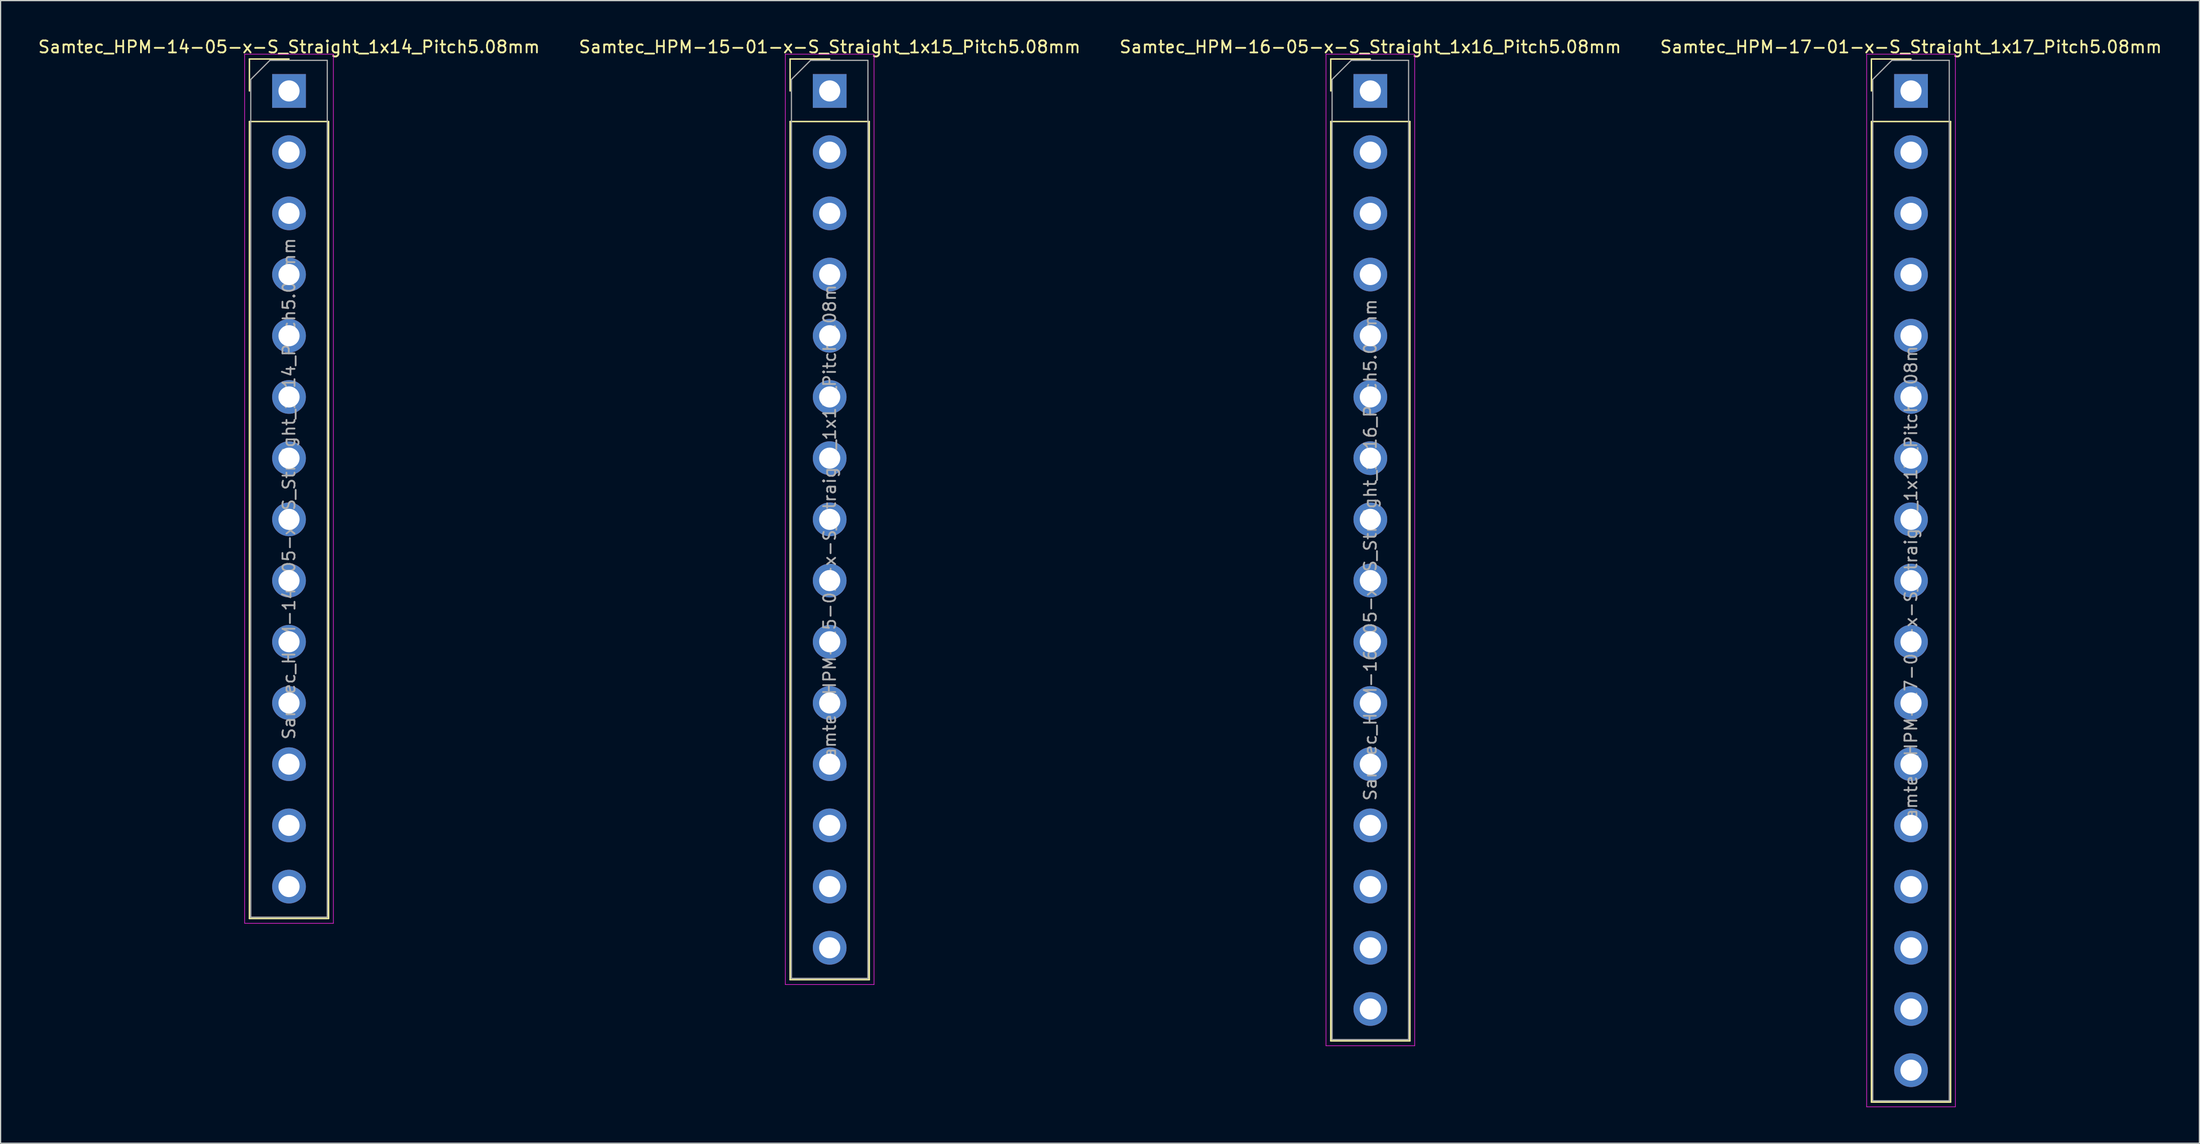
<source format=kicad_pcb>
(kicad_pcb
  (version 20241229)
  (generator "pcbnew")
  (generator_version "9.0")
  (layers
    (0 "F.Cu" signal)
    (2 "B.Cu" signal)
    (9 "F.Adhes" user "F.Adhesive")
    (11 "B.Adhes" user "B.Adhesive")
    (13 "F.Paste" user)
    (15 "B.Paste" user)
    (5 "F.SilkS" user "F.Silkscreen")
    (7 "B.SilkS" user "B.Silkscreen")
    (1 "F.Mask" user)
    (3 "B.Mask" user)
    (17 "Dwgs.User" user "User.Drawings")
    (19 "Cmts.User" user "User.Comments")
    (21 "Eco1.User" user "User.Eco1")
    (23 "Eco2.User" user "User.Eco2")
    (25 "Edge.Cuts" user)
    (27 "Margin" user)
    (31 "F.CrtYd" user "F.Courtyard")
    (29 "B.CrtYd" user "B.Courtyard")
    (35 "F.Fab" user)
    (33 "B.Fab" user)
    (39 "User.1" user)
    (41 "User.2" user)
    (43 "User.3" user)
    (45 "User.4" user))
  (footprint "Samtec_HPM-15-01-x-S_Straight_1x15_Pitch5.08mm"
    (layer "F.Cu")
    (at 65.804 4.498)
    (property "Reference" "Samtec_HPM-15-01-x-S_Straight_1x15_Pitch5.08mm" (at 0 -3.65 0) (layer "F.SilkS") (effects (font (size 1 1) (thickness 0.15))))
    (attr through_hole)
    (fp_line (start -3.285 -2.65) (end 0 -2.65) (stroke (width 0.12) (type solid)) (layer "F.SilkS"))
    (fp_line (start -3.285 0) (end -3.285 -2.65) (stroke (width 0.12) (type solid)) (layer "F.SilkS"))
    (fp_line (start -3.285 2.54) (end -3.285 73.77) (stroke (width 0.12) (type solid)) (layer "F.SilkS"))
    (fp_line (start -3.285 2.54) (end 3.285 2.54) (stroke (width 0.12) (type solid)) (layer "F.SilkS"))
    (fp_line (start -3.285 73.77) (end 3.285 73.77) (stroke (width 0.12) (type solid)) (layer "F.SilkS"))
    (fp_line (start 3.285 2.54) (end 3.285 73.77) (stroke (width 0.12) (type solid)) (layer "F.SilkS"))
    (fp_line (start -3.68 -3.05) (end -3.68 74.17) (stroke (width 0.05) (type solid)) (layer "F.CrtYd"))
    (fp_line (start -3.68 74.17) (end 3.68 74.17) (stroke (width 0.05) (type solid)) (layer "F.CrtYd"))
    (fp_line (start 3.68 -3.05) (end -3.68 -3.05) (stroke (width 0.05) (type solid)) (layer "F.CrtYd"))
    (fp_line (start 3.68 74.17) (end 3.68 -3.05) (stroke (width 0.05) (type solid)) (layer "F.CrtYd"))
    (fp_line (start -3.175 -0.953) (end -1.587 -2.54) (stroke (width 0.1) (type solid)) (layer "F.Fab"))
    (fp_line (start -3.175 73.66) (end -3.175 -0.953) (stroke (width 0.1) (type solid)) (layer "F.Fab"))
    (fp_line (start -1.587 -2.54) (end 3.175 -2.54) (stroke (width 0.1) (type solid)) (layer "F.Fab"))
    (fp_line (start 3.175 -2.54) (end 3.175 73.66) (stroke (width 0.1) (type solid)) (layer "F.Fab"))
    (fp_line (start 3.175 73.66) (end -3.175 73.66) (stroke (width 0.1) (type solid)) (layer "F.Fab"))
    (fp_text user "${REFERENCE}" (at 0 35.56 90) (layer "F.Fab") (effects (font (size 1 1) (thickness 0.15))))
    (pad "1" thru_hole rect (at 0 0) (size 2.8 2.8) (drill 1.75) (layers "*.Cu" "*.Mask"))
    (pad "2" thru_hole circle (at 0 5.08) (size 2.8 2.8) (drill 1.75) (layers "*.Cu" "*.Mask"))
    (pad "3" thru_hole circle (at 0 10.16) (size 2.8 2.8) (drill 1.75) (layers "*.Cu" "*.Mask"))
    (pad "4" thru_hole circle (at 0 15.24) (size 2.8 2.8) (drill 1.75) (layers "*.Cu" "*.Mask"))
    (pad "5" thru_hole circle (at 0 20.32) (size 2.8 2.8) (drill 1.75) (layers "*.Cu" "*.Mask"))
    (pad "6" thru_hole circle (at 0 25.4) (size 2.8 2.8) (drill 1.75) (layers "*.Cu" "*.Mask"))
    (pad "7" thru_hole circle (at 0 30.48) (size 2.8 2.8) (drill 1.75) (layers "*.Cu" "*.Mask"))
    (pad "8" thru_hole circle (at 0 35.56) (size 2.8 2.8) (drill 1.75) (layers "*.Cu" "*.Mask"))
    (pad "9" thru_hole circle (at 0 40.64) (size 2.8 2.8) (drill 1.75) (layers "*.Cu" "*.Mask"))
    (pad "10" thru_hole circle (at 0 45.72) (size 2.8 2.8) (drill 1.75) (layers "*.Cu" "*.Mask"))
    (pad "11" thru_hole circle (at 0 50.8) (size 2.8 2.8) (drill 1.75) (layers "*.Cu" "*.Mask"))
    (pad "12" thru_hole circle (at 0 55.88) (size 2.8 2.8) (drill 1.75) (layers "*.Cu" "*.Mask"))
    (pad "13" thru_hole circle (at 0 60.96) (size 2.8 2.8) (drill 1.75) (layers "*.Cu" "*.Mask"))
    (pad "14" thru_hole circle (at 0 66.04) (size 2.8 2.8) (drill 1.75) (layers "*.Cu" "*.Mask"))
    (pad "15" thru_hole circle (at 0 71.12) (size 2.8 2.8) (drill 1.75) (layers "*.Cu" "*.Mask")))
  (footprint "Samtec_HPM-14-05-x-S_Straight_1x14_Pitch5.08mm"
    (layer "F.Cu")
    (at 20.935 4.498)
    (property "Reference" "Samtec_HPM-14-05-x-S_Straight_1x14_Pitch5.08mm" (at 0 -3.65 0) (layer "F.SilkS") (effects (font (size 1 1) (thickness 0.15))))
    (attr through_hole)
    (fp_line (start -3.285 -2.65) (end 0 -2.65) (stroke (width 0.12) (type solid)) (layer "F.SilkS"))
    (fp_line (start -3.285 0) (end -3.285 -2.65) (stroke (width 0.12) (type solid)) (layer "F.SilkS"))
    (fp_line (start -3.285 2.54) (end -3.285 68.69) (stroke (width 0.12) (type solid)) (layer "F.SilkS"))
    (fp_line (start -3.285 2.54) (end 3.285 2.54) (stroke (width 0.12) (type solid)) (layer "F.SilkS"))
    (fp_line (start -3.285 68.69) (end 3.285 68.69) (stroke (width 0.12) (type solid)) (layer "F.SilkS"))
    (fp_line (start 3.285 2.54) (end 3.285 68.69) (stroke (width 0.12) (type solid)) (layer "F.SilkS"))
    (fp_line (start -3.68 -3.05) (end -3.68 69.09) (stroke (width 0.05) (type solid)) (layer "F.CrtYd"))
    (fp_line (start -3.68 69.09) (end 3.68 69.09) (stroke (width 0.05) (type solid)) (layer "F.CrtYd"))
    (fp_line (start 3.68 -3.05) (end -3.68 -3.05) (stroke (width 0.05) (type solid)) (layer "F.CrtYd"))
    (fp_line (start 3.68 69.09) (end 3.68 -3.05) (stroke (width 0.05) (type solid)) (layer "F.CrtYd"))
    (fp_line (start -3.175 -0.953) (end -1.587 -2.54) (stroke (width 0.1) (type solid)) (layer "F.Fab"))
    (fp_line (start -3.175 68.58) (end -3.175 -0.953) (stroke (width 0.1) (type solid)) (layer "F.Fab"))
    (fp_line (start -1.587 -2.54) (end 3.175 -2.54) (stroke (width 0.1) (type solid)) (layer "F.Fab"))
    (fp_line (start 3.175 -2.54) (end 3.175 68.58) (stroke (width 0.1) (type solid)) (layer "F.Fab"))
    (fp_line (start 3.175 68.58) (end -3.175 68.58) (stroke (width 0.1) (type solid)) (layer "F.Fab"))
    (fp_text user "${REFERENCE}" (at 0 33.02 90) (layer "F.Fab") (effects (font (size 1 1) (thickness 0.15))))
    (pad "1" thru_hole rect (at 0 0) (size 2.8 2.8) (drill 1.75) (layers "*.Cu" "*.Mask"))
    (pad "2" thru_hole circle (at 0 5.08) (size 2.8 2.8) (drill 1.75) (layers "*.Cu" "*.Mask"))
    (pad "3" thru_hole circle (at 0 10.16) (size 2.8 2.8) (drill 1.75) (layers "*.Cu" "*.Mask"))
    (pad "4" thru_hole circle (at 0 15.24) (size 2.8 2.8) (drill 1.75) (layers "*.Cu" "*.Mask"))
    (pad "5" thru_hole circle (at 0 20.32) (size 2.8 2.8) (drill 1.75) (layers "*.Cu" "*.Mask"))
    (pad "6" thru_hole circle (at 0 25.4) (size 2.8 2.8) (drill 1.75) (layers "*.Cu" "*.Mask"))
    (pad "7" thru_hole circle (at 0 30.48) (size 2.8 2.8) (drill 1.75) (layers "*.Cu" "*.Mask"))
    (pad "8" thru_hole circle (at 0 35.56) (size 2.8 2.8) (drill 1.75) (layers "*.Cu" "*.Mask"))
    (pad "9" thru_hole circle (at 0 40.64) (size 2.8 2.8) (drill 1.75) (layers "*.Cu" "*.Mask"))
    (pad "10" thru_hole circle (at 0 45.72) (size 2.8 2.8) (drill 1.75) (layers "*.Cu" "*.Mask"))
    (pad "11" thru_hole circle (at 0 50.8) (size 2.8 2.8) (drill 1.75) (layers "*.Cu" "*.Mask"))
    (pad "12" thru_hole circle (at 0 55.88) (size 2.8 2.8) (drill 1.75) (layers "*.Cu" "*.Mask"))
    (pad "13" thru_hole circle (at 0 60.96) (size 2.8 2.8) (drill 1.75) (layers "*.Cu" "*.Mask"))
    (pad "14" thru_hole circle (at 0 66.04) (size 2.8 2.8) (drill 1.75) (layers "*.Cu" "*.Mask")))
  (footprint "Samtec_HPM-17-01-x-S_Straight_1x17_Pitch5.08mm"
    (layer "F.Cu")
    (at 155.542 4.498)
    (property "Reference" "Samtec_HPM-17-01-x-S_Straight_1x17_Pitch5.08mm" (at 0 -3.65 0) (layer "F.SilkS") (effects (font (size 1 1) (thickness 0.15))))
    (attr through_hole)
    (fp_line (start -3.285 -2.65) (end 0 -2.65) (stroke (width 0.12) (type solid)) (layer "F.SilkS"))
    (fp_line (start -3.285 0) (end -3.285 -2.65) (stroke (width 0.12) (type solid)) (layer "F.SilkS"))
    (fp_line (start -3.285 2.54) (end -3.285 83.93) (stroke (width 0.12) (type solid)) (layer "F.SilkS"))
    (fp_line (start -3.285 2.54) (end 3.285 2.54) (stroke (width 0.12) (type solid)) (layer "F.SilkS"))
    (fp_line (start -3.285 83.93) (end 3.285 83.93) (stroke (width 0.12) (type solid)) (layer "F.SilkS"))
    (fp_line (start 3.285 2.54) (end 3.285 83.93) (stroke (width 0.12) (type solid)) (layer "F.SilkS"))
    (fp_line (start -3.68 -3.05) (end -3.68 84.32) (stroke (width 0.05) (type solid)) (layer "F.CrtYd"))
    (fp_line (start -3.68 84.32) (end 3.68 84.32) (stroke (width 0.05) (type solid)) (layer "F.CrtYd"))
    (fp_line (start 3.68 -3.05) (end -3.68 -3.05) (stroke (width 0.05) (type solid)) (layer "F.CrtYd"))
    (fp_line (start 3.68 84.32) (end 3.68 -3.05) (stroke (width 0.05) (type solid)) (layer "F.CrtYd"))
    (fp_line (start -3.175 -0.953) (end -1.587 -2.54) (stroke (width 0.1) (type solid)) (layer "F.Fab"))
    (fp_line (start -3.175 83.82) (end -3.175 -0.953) (stroke (width 0.1) (type solid)) (layer "F.Fab"))
    (fp_line (start -1.587 -2.54) (end 3.175 -2.54) (stroke (width 0.1) (type solid)) (layer "F.Fab"))
    (fp_line (start 3.175 -2.54) (end 3.175 83.82) (stroke (width 0.1) (type solid)) (layer "F.Fab"))
    (fp_line (start 3.175 83.82) (end -3.175 83.82) (stroke (width 0.1) (type solid)) (layer "F.Fab"))
    (fp_text user "${REFERENCE}" (at 0 40.64 90) (layer "F.Fab") (effects (font (size 1 1) (thickness 0.15))))
    (pad "1" thru_hole rect (at 0 0) (size 2.8 2.8) (drill 1.75) (layers "*.Cu" "*.Mask"))
    (pad "2" thru_hole circle (at 0 5.08) (size 2.8 2.8) (drill 1.75) (layers "*.Cu" "*.Mask"))
    (pad "3" thru_hole circle (at 0 10.16) (size 2.8 2.8) (drill 1.75) (layers "*.Cu" "*.Mask"))
    (pad "4" thru_hole circle (at 0 15.24) (size 2.8 2.8) (drill 1.75) (layers "*.Cu" "*.Mask"))
    (pad "5" thru_hole circle (at 0 20.32) (size 2.8 2.8) (drill 1.75) (layers "*.Cu" "*.Mask"))
    (pad "6" thru_hole circle (at 0 25.4) (size 2.8 2.8) (drill 1.75) (layers "*.Cu" "*.Mask"))
    (pad "7" thru_hole circle (at 0 30.48) (size 2.8 2.8) (drill 1.75) (layers "*.Cu" "*.Mask"))
    (pad "8" thru_hole circle (at 0 35.56) (size 2.8 2.8) (drill 1.75) (layers "*.Cu" "*.Mask"))
    (pad "9" thru_hole circle (at 0 40.64) (size 2.8 2.8) (drill 1.75) (layers "*.Cu" "*.Mask"))
    (pad "10" thru_hole circle (at 0 45.72) (size 2.8 2.8) (drill 1.75) (layers "*.Cu" "*.Mask"))
    (pad "11" thru_hole circle (at 0 50.8) (size 2.8 2.8) (drill 1.75) (layers "*.Cu" "*.Mask"))
    (pad "12" thru_hole circle (at 0 55.88) (size 2.8 2.8) (drill 1.75) (layers "*.Cu" "*.Mask"))
    (pad "13" thru_hole circle (at 0 60.96) (size 2.8 2.8) (drill 1.75) (layers "*.Cu" "*.Mask"))
    (pad "14" thru_hole circle (at 0 66.04) (size 2.8 2.8) (drill 1.75) (layers "*.Cu" "*.Mask"))
    (pad "15" thru_hole circle (at 0 71.12) (size 2.8 2.8) (drill 1.75) (layers "*.Cu" "*.Mask"))
    (pad "16" thru_hole circle (at 0 76.2) (size 2.8 2.8) (drill 1.75) (layers "*.Cu" "*.Mask"))
    (pad "17" thru_hole circle (at 0 81.28) (size 2.8 2.8) (drill 1.75) (layers "*.Cu" "*.Mask")))
  (footprint "Samtec_HPM-16-05-x-S_Straight_1x16_Pitch5.08mm"
    (layer "F.Cu")
    (at 110.673 4.498)
    (property "Reference" "Samtec_HPM-16-05-x-S_Straight_1x16_Pitch5.08mm" (at 0 -3.65 0) (layer "F.SilkS") (effects (font (size 1 1) (thickness 0.15))))
    (attr through_hole)
    (fp_line (start -3.285 -2.65) (end 0 -2.65) (stroke (width 0.12) (type solid)) (layer "F.SilkS"))
    (fp_line (start -3.285 0) (end -3.285 -2.65) (stroke (width 0.12) (type solid)) (layer "F.SilkS"))
    (fp_line (start -3.285 2.54) (end -3.285 78.85) (stroke (width 0.12) (type solid)) (layer "F.SilkS"))
    (fp_line (start -3.285 2.54) (end 3.285 2.54) (stroke (width 0.12) (type solid)) (layer "F.SilkS"))
    (fp_line (start -3.285 78.85) (end 3.285 78.85) (stroke (width 0.12) (type solid)) (layer "F.SilkS"))
    (fp_line (start 3.285 2.54) (end 3.285 78.85) (stroke (width 0.12) (type solid)) (layer "F.SilkS"))
    (fp_line (start -3.68 -3.05) (end -3.68 79.25) (stroke (width 0.05) (type solid)) (layer "F.CrtYd"))
    (fp_line (start -3.68 79.25) (end 3.68 79.25) (stroke (width 0.05) (type solid)) (layer "F.CrtYd"))
    (fp_line (start 3.68 -3.05) (end -3.68 -3.05) (stroke (width 0.05) (type solid)) (layer "F.CrtYd"))
    (fp_line (start 3.68 79.25) (end 3.68 -3.05) (stroke (width 0.05) (type solid)) (layer "F.CrtYd"))
    (fp_line (start -3.175 -0.953) (end -1.587 -2.54) (stroke (width 0.1) (type solid)) (layer "F.Fab"))
    (fp_line (start -3.175 78.74) (end -3.175 -0.953) (stroke (width 0.1) (type solid)) (layer "F.Fab"))
    (fp_line (start -1.587 -2.54) (end 3.175 -2.54) (stroke (width 0.1) (type solid)) (layer "F.Fab"))
    (fp_line (start 3.175 -2.54) (end 3.175 78.74) (stroke (width 0.1) (type solid)) (layer "F.Fab"))
    (fp_line (start 3.175 78.74) (end -3.175 78.74) (stroke (width 0.1) (type solid)) (layer "F.Fab"))
    (fp_text user "${REFERENCE}" (at 0 38.1 90) (layer "F.Fab") (effects (font (size 1 1) (thickness 0.15))))
    (pad "1" thru_hole rect (at 0 0) (size 2.8 2.8) (drill 1.75) (layers "*.Cu" "*.Mask"))
    (pad "2" thru_hole circle (at 0 5.08) (size 2.8 2.8) (drill 1.75) (layers "*.Cu" "*.Mask"))
    (pad "3" thru_hole circle (at 0 10.16) (size 2.8 2.8) (drill 1.75) (layers "*.Cu" "*.Mask"))
    (pad "4" thru_hole circle (at 0 15.24) (size 2.8 2.8) (drill 1.75) (layers "*.Cu" "*.Mask"))
    (pad "5" thru_hole circle (at 0 20.32) (size 2.8 2.8) (drill 1.75) (layers "*.Cu" "*.Mask"))
    (pad "6" thru_hole circle (at 0 25.4) (size 2.8 2.8) (drill 1.75) (layers "*.Cu" "*.Mask"))
    (pad "7" thru_hole circle (at 0 30.48) (size 2.8 2.8) (drill 1.75) (layers "*.Cu" "*.Mask"))
    (pad "8" thru_hole circle (at 0 35.56) (size 2.8 2.8) (drill 1.75) (layers "*.Cu" "*.Mask"))
    (pad "9" thru_hole circle (at 0 40.64) (size 2.8 2.8) (drill 1.75) (layers "*.Cu" "*.Mask"))
    (pad "10" thru_hole circle (at 0 45.72) (size 2.8 2.8) (drill 1.75) (layers "*.Cu" "*.Mask"))
    (pad "11" thru_hole circle (at 0 50.8) (size 2.8 2.8) (drill 1.75) (layers "*.Cu" "*.Mask"))
    (pad "12" thru_hole circle (at 0 55.88) (size 2.8 2.8) (drill 1.75) (layers "*.Cu" "*.Mask"))
    (pad "13" thru_hole circle (at 0 60.96) (size 2.8 2.8) (drill 1.75) (layers "*.Cu" "*.Mask"))
    (pad "14" thru_hole circle (at 0 66.04) (size 2.8 2.8) (drill 1.75) (layers "*.Cu" "*.Mask"))
    (pad "15" thru_hole circle (at 0 71.12) (size 2.8 2.8) (drill 1.75) (layers "*.Cu" "*.Mask"))
    (pad "16" thru_hole circle (at 0 76.2) (size 2.8 2.8) (drill 1.75) (layers "*.Cu" "*.Mask")))
  (gr_rect
    (start -3 -3)
    (end 179.476 91.843)
    (stroke (width 0.1) (type default))
    (fill no)
    (layer "Edge.Cuts")))
</source>
